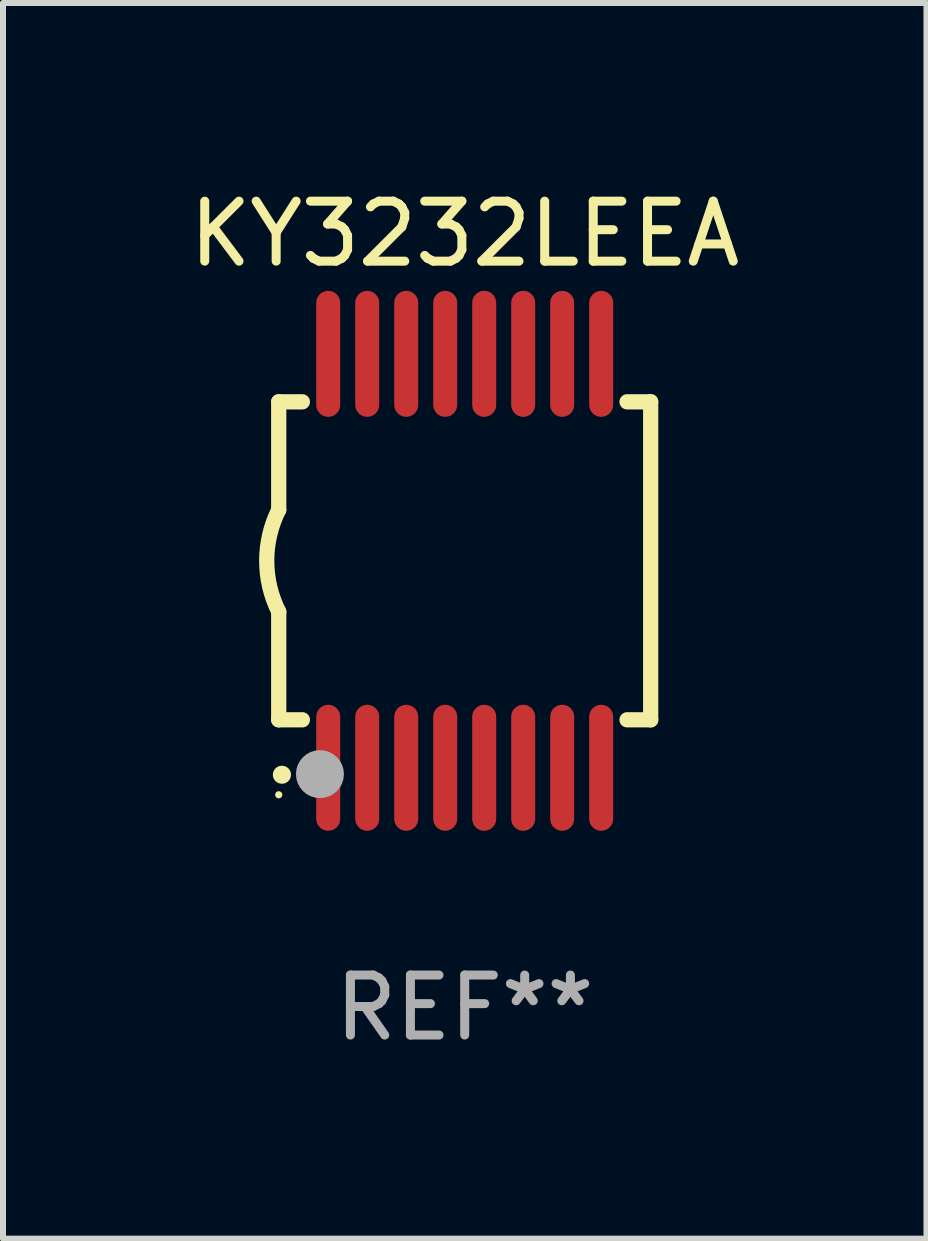
<source format=kicad_pcb>
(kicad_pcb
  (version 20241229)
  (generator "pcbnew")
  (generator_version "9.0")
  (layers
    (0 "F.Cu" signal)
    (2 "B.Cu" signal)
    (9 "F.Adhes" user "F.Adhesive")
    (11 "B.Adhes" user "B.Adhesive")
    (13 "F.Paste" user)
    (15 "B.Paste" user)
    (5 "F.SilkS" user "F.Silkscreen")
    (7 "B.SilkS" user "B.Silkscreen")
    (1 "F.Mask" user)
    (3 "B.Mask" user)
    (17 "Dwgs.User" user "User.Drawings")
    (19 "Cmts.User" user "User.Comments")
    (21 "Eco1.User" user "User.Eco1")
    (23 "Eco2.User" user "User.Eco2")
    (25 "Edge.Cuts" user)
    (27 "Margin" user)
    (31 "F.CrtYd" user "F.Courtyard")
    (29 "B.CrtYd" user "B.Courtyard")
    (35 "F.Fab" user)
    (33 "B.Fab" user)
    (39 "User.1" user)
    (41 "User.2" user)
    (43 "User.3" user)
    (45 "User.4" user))
  (footprint "KY3232LEEA"
    (layer "F.Cu")
    (at 4.696 6.298)
    (property "Reference" "KY3232LEEA" (at 0 -5.45 0) (layer "F.SilkS") (effects (font (size 1 1) (thickness 0.15))))
    (attr through_hole)
    (fp_line (start -3.1 -2.65) (end -3.1 -0.85) (stroke (width 0.254) (type solid)) (layer "F.SilkS"))
    (fp_line (start -3.1 -2.65) (end -2.706 -2.65) (stroke (width 0.254) (type solid)) (layer "F.SilkS"))
    (fp_line (start -3.1 2.65) (end -3.1 0.85) (stroke (width 0.254) (type solid)) (layer "F.SilkS"))
    (fp_line (start -3.1 2.65) (end -2.706 2.65) (stroke (width 0.254) (type solid)) (layer "F.SilkS"))
    (fp_line (start 2.706 -2.65) (end 3.1 -2.65) (stroke (width 0.254) (type solid)) (layer "F.SilkS"))
    (fp_line (start 2.706 2.65) (end 3.1 2.65) (stroke (width 0.254) (type solid)) (layer "F.SilkS"))
    (fp_line (start 3.1 -2.65) (end 3.1 2.65) (stroke (width 0.254) (type solid)) (layer "F.SilkS"))
    (fp_arc (start -3.098907 0.850902) (mid -3.300057 0.000523) (end -3.1 -0.850114) (stroke (width 0.254001) (type solid)) (layer "F.SilkS"))
    (fp_arc (start -3.048006 3.566066) (mid -3.046736 3.566061) (end -3.045466 3.566066) (stroke (width 0.3) (type solid)) (layer "F.SilkS"))
    (fp_circle (center -3.1 3.9) (end -3.07 3.9) (stroke (width 0.06) (type solid)) (fill no) (layer "F.SilkS"))
    (fp_circle (center -2.413 3.556) (end -2.213 3.556) (stroke (width 0.4) (type solid)) (fill no) (layer "F.Fab"))
    (fp_text user "REF**" (at 0 7.45 0) (layer "F.Fab") (effects (font (size 1 1) (thickness 0.15))))
    (pad "1" smd oval (at -2.275 3.45 180) (size 0.4 2.1) (layers "F.Cu" "F.Mask" "F.Paste"))
    (pad "2" smd oval (at -1.625 3.45 180) (size 0.4 2.1) (layers "F.Cu" "F.Mask" "F.Paste"))
    (pad "3" smd oval (at -0.975 3.45 180) (size 0.4 2.1) (layers "F.Cu" "F.Mask" "F.Paste"))
    (pad "4" smd oval (at -0.325 3.45 180) (size 0.4 2.1) (layers "F.Cu" "F.Mask" "F.Paste"))
    (pad "5" smd oval (at 0.325 3.45 180) (size 0.4 2.1) (layers "F.Cu" "F.Mask" "F.Paste"))
    (pad "6" smd oval (at 0.975 3.45 180) (size 0.4 2.1) (layers "F.Cu" "F.Mask" "F.Paste"))
    (pad "7" smd oval (at 1.625 3.45 180) (size 0.4 2.1) (layers "F.Cu" "F.Mask" "F.Paste"))
    (pad "8" smd oval (at 2.275 3.45 180) (size 0.4 2.1) (layers "F.Cu" "F.Mask" "F.Paste"))
    (pad "9" smd oval (at 2.275 -3.45 180) (size 0.4 2.1) (layers "F.Cu" "F.Mask" "F.Paste"))
    (pad "10" smd oval (at 1.625 -3.45 180) (size 0.4 2.1) (layers "F.Cu" "F.Mask" "F.Paste"))
    (pad "11" smd oval (at 0.975 -3.45 180) (size 0.4 2.1) (layers "F.Cu" "F.Mask" "F.Paste"))
    (pad "12" smd oval (at 0.325 -3.45 180) (size 0.4 2.1) (layers "F.Cu" "F.Mask" "F.Paste"))
    (pad "13" smd oval (at -0.325 -3.45 180) (size 0.4 2.1) (layers "F.Cu" "F.Mask" "F.Paste"))
    (pad "14" smd oval (at -0.975 -3.45 180) (size 0.4 2.1) (layers "F.Cu" "F.Mask" "F.Paste"))
    (pad "15" smd oval (at -1.625 -3.45 180) (size 0.4 2.1) (layers "F.Cu" "F.Mask" "F.Paste"))
    (pad "16" smd oval (at -2.275 -3.45 180) (size 0.4 2.1) (layers "F.Cu" "F.Mask" "F.Paste")))
  (gr_rect
    (start -3 -3)
    (end 12.393 17.597)
    (stroke (width 0.1) (type default))
    (fill no)
    (layer "Edge.Cuts")))
</source>
